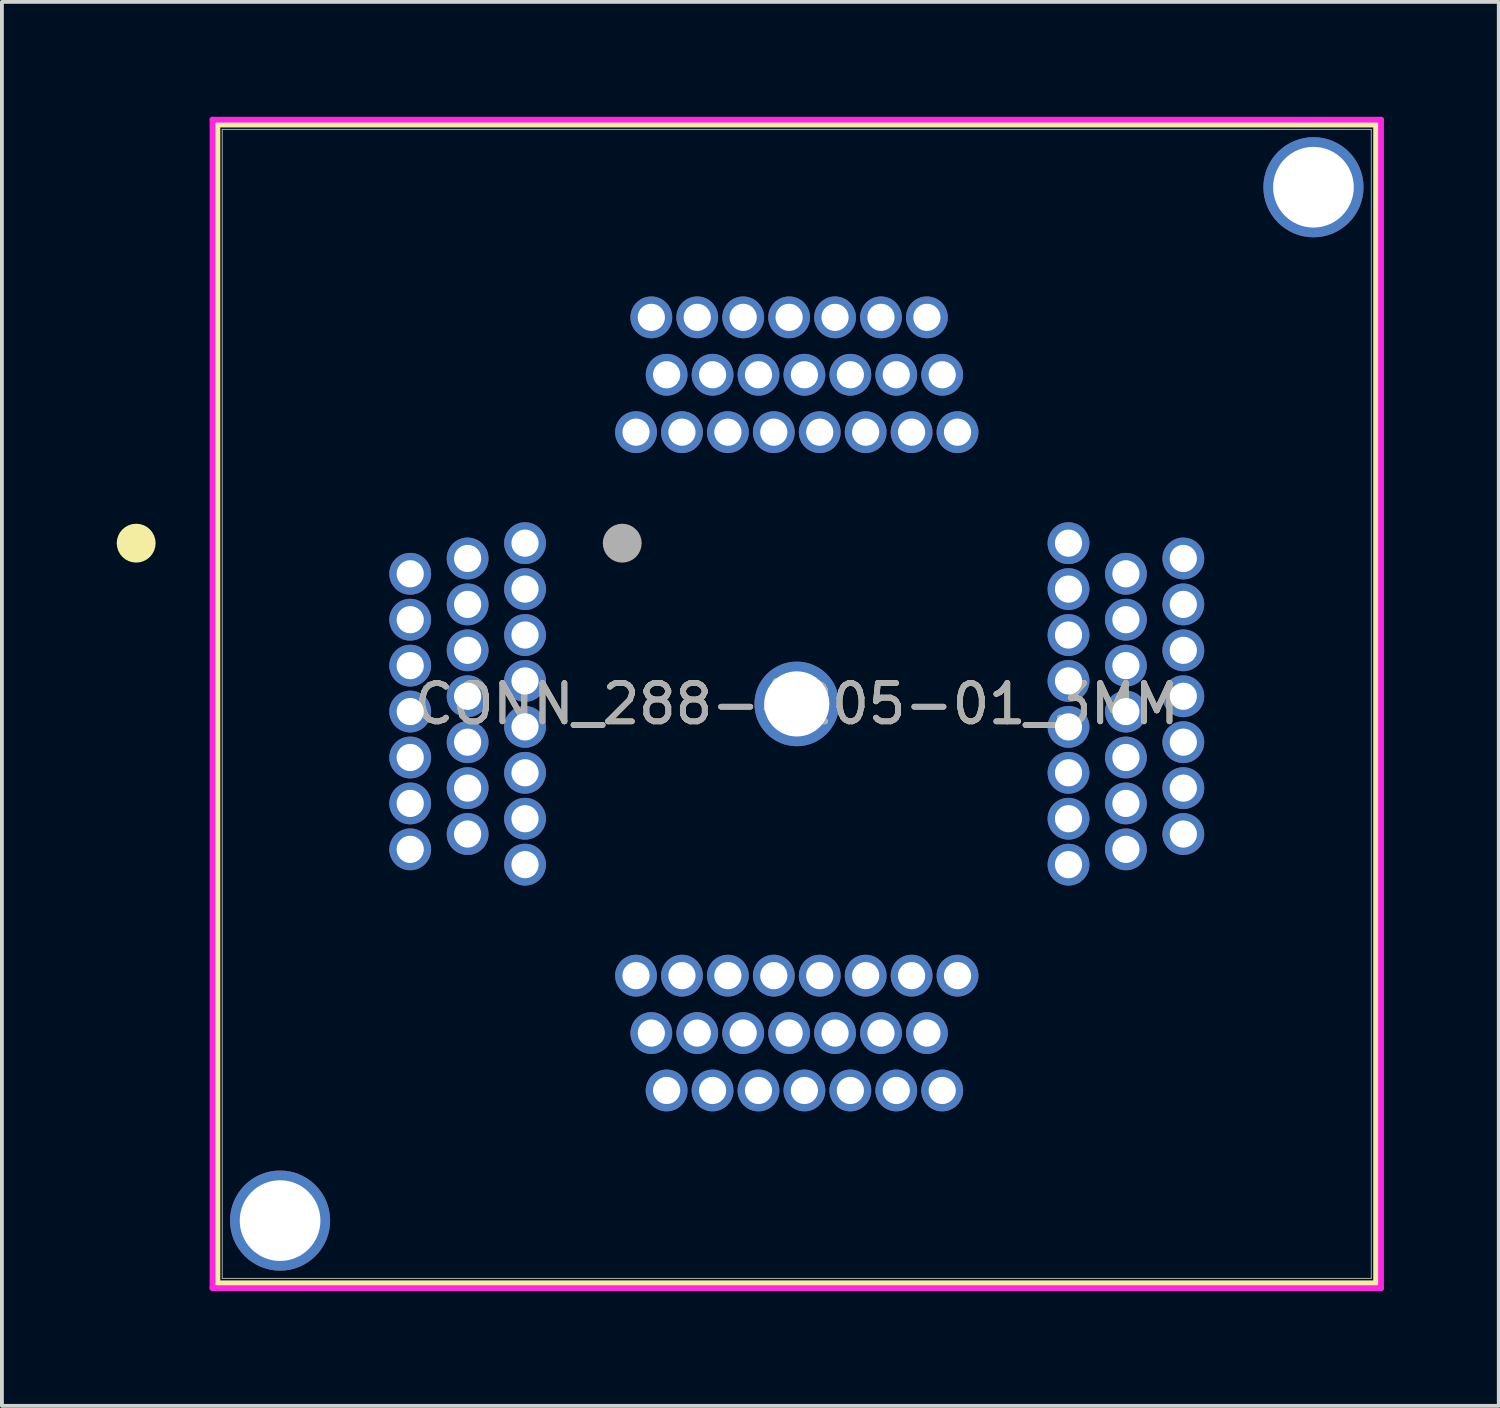
<source format=kicad_pcb>
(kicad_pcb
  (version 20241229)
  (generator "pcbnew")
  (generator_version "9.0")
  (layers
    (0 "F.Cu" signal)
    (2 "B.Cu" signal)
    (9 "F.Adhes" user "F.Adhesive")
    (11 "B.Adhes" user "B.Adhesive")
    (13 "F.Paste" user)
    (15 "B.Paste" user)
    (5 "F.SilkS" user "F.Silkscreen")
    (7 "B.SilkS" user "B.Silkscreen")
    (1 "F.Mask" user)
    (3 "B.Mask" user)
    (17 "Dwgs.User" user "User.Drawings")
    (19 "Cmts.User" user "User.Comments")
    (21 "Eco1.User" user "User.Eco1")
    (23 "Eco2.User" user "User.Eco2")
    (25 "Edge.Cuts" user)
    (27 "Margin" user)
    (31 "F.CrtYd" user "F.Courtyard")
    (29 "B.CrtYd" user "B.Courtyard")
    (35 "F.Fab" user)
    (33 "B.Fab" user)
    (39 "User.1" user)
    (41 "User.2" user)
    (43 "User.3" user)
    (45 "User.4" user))
  (footprint "CONN_288-4205-01_3MM"
    (layer "F.Cu")
    (at 10.668 11.142)
    (property "Reference" "CONN_288-4205-01_3MM" (at 7.1 4.2 0) (unlocked yes) (layer "F.SilkS") (effects (font (size 1 1) (thickness 0.15))))
    (attr through_hole)
    (fp_line (start -8.038 -10.938) (end -8.038 19.338) (stroke (width 0.152) (type solid)) (layer "F.SilkS"))
    (fp_line (start -8.038 19.338) (end 22.238 19.338) (stroke (width 0.152) (type solid)) (layer "F.SilkS"))
    (fp_line (start 22.238 -10.938) (end -8.038 -10.938) (stroke (width 0.152) (type solid)) (layer "F.SilkS"))
    (fp_line (start 22.238 19.338) (end 22.238 -10.938) (stroke (width 0.152) (type solid)) (layer "F.SilkS"))
    (fp_circle (center -10.16 0) (end -9.906 0) (stroke (width 0.508) (type solid)) (fill no) (layer "F.SilkS"))
    (fp_line (start -8.165 -11.065) (end -8.165 19.465) (stroke (width 0.152) (type solid)) (layer "F.CrtYd"))
    (fp_line (start -8.165 19.465) (end 22.365 19.465) (stroke (width 0.152) (type solid)) (layer "F.CrtYd"))
    (fp_line (start 22.365 -11.065) (end -8.165 -11.065) (stroke (width 0.152) (type solid)) (layer "F.CrtYd"))
    (fp_line (start 22.365 19.465) (end 22.365 -11.065) (stroke (width 0.152) (type solid)) (layer "F.CrtYd"))
    (fp_line (start -7.911 -10.811) (end -7.911 19.211) (stroke (width 0.025) (type solid)) (layer "F.Fab"))
    (fp_line (start -7.911 19.211) (end 22.111 19.211) (stroke (width 0.025) (type solid)) (layer "F.Fab"))
    (fp_line (start 22.111 -10.811) (end -7.911 -10.811) (stroke (width 0.025) (type solid)) (layer "F.Fab"))
    (fp_line (start 22.111 19.211) (end 22.111 -10.811) (stroke (width 0.025) (type solid)) (layer "F.Fab"))
    (fp_circle (center 2.54 0) (end 2.794 0) (stroke (width 0.508) (type solid)) (fill no) (layer "F.Fab"))
    (fp_text user "${REFERENCE}" (at 7.1 4.2 0) (unlocked yes) (layer "F.Fab") (effects (font (size 1 1) (thickness 0.15))))
    (pad "1" thru_hole circle (at 0 0 90) (size 1.092 1.092) (drill 0.711) (layers "*.Cu" "*.Mask"))
    (pad "2" thru_hole circle (at -1.5 0.4 90) (size 1.092 1.092) (drill 0.711) (layers "*.Cu" "*.Mask"))
    (pad "3" thru_hole circle (at -3 0.8 90) (size 1.092 1.092) (drill 0.711) (layers "*.Cu" "*.Mask"))
    (pad "4" thru_hole circle (at 0 1.2 90) (size 1.092 1.092) (drill 0.711) (layers "*.Cu" "*.Mask"))
    (pad "5" thru_hole circle (at -1.5 1.6 90) (size 1.092 1.092) (drill 0.711) (layers "*.Cu" "*.Mask"))
    (pad "6" thru_hole circle (at -3 2 90) (size 1.092 1.092) (drill 0.711) (layers "*.Cu" "*.Mask"))
    (pad "7" thru_hole circle (at 0 2.4 90) (size 1.092 1.092) (drill 0.711) (layers "*.Cu" "*.Mask"))
    (pad "8" thru_hole circle (at -1.5 2.8 90) (size 1.092 1.092) (drill 0.711) (layers "*.Cu" "*.Mask"))
    (pad "9" thru_hole circle (at -3 3.2 90) (size 1.092 1.092) (drill 0.711) (layers "*.Cu" "*.Mask"))
    (pad "10" thru_hole circle (at 0 3.6 90) (size 1.092 1.092) (drill 0.711) (layers "*.Cu" "*.Mask"))
    (pad "11" thru_hole circle (at -1.5 4 90) (size 1.092 1.092) (drill 0.711) (layers "*.Cu" "*.Mask"))
    (pad "12" thru_hole circle (at -3 4.4 90) (size 1.092 1.092) (drill 0.711) (layers "*.Cu" "*.Mask"))
    (pad "13" thru_hole circle (at 0 4.8 90) (size 1.092 1.092) (drill 0.711) (layers "*.Cu" "*.Mask"))
    (pad "14" thru_hole circle (at -1.5 5.2 90) (size 1.092 1.092) (drill 0.711) (layers "*.Cu" "*.Mask"))
    (pad "15" thru_hole circle (at -3 5.6 90) (size 1.092 1.092) (drill 0.711) (layers "*.Cu" "*.Mask"))
    (pad "16" thru_hole circle (at 0 6 90) (size 1.092 1.092) (drill 0.711) (layers "*.Cu" "*.Mask"))
    (pad "17" thru_hole circle (at -1.5 6.4 90) (size 1.092 1.092) (drill 0.711) (layers "*.Cu" "*.Mask"))
    (pad "18" thru_hole circle (at -3 6.8 90) (size 1.092 1.092) (drill 0.711) (layers "*.Cu" "*.Mask"))
    (pad "19" thru_hole circle (at 0 7.2 90) (size 1.092 1.092) (drill 0.711) (layers "*.Cu" "*.Mask"))
    (pad "20" thru_hole circle (at -1.5 7.6 90) (size 1.092 1.092) (drill 0.711) (layers "*.Cu" "*.Mask"))
    (pad "21" thru_hole circle (at -3 8 90) (size 1.092 1.092) (drill 0.711) (layers "*.Cu" "*.Mask"))
    (pad "22" thru_hole circle (at 0 8.4 90) (size 1.092 1.092) (drill 0.711) (layers "*.Cu" "*.Mask"))
    (pad "23" thru_hole circle (at 2.9 11.3) (size 1.092 1.092) (drill 0.711) (layers "*.Cu" "*.Mask"))
    (pad "24" thru_hole circle (at 3.3 12.8) (size 1.092 1.092) (drill 0.711) (layers "*.Cu" "*.Mask"))
    (pad "25" thru_hole circle (at 3.7 14.3) (size 1.092 1.092) (drill 0.711) (layers "*.Cu" "*.Mask"))
    (pad "26" thru_hole circle (at 4.1 11.3) (size 1.092 1.092) (drill 0.711) (layers "*.Cu" "*.Mask"))
    (pad "27" thru_hole circle (at 4.5 12.8) (size 1.092 1.092) (drill 0.711) (layers "*.Cu" "*.Mask"))
    (pad "28" thru_hole circle (at 4.9 14.3) (size 1.092 1.092) (drill 0.711) (layers "*.Cu" "*.Mask"))
    (pad "29" thru_hole circle (at 5.3 11.3) (size 1.092 1.092) (drill 0.711) (layers "*.Cu" "*.Mask"))
    (pad "30" thru_hole circle (at 5.7 12.8) (size 1.092 1.092) (drill 0.711) (layers "*.Cu" "*.Mask"))
    (pad "31" thru_hole circle (at 6.1 14.3) (size 1.092 1.092) (drill 0.711) (layers "*.Cu" "*.Mask"))
    (pad "32" thru_hole circle (at 6.5 11.3) (size 1.092 1.092) (drill 0.711) (layers "*.Cu" "*.Mask"))
    (pad "33" thru_hole circle (at 6.9 12.8) (size 1.092 1.092) (drill 0.711) (layers "*.Cu" "*.Mask"))
    (pad "34" thru_hole circle (at 7.3 14.3) (size 1.092 1.092) (drill 0.711) (layers "*.Cu" "*.Mask"))
    (pad "35" thru_hole circle (at 7.7 11.3) (size 1.092 1.092) (drill 0.711) (layers "*.Cu" "*.Mask"))
    (pad "36" thru_hole circle (at 8.1 12.8) (size 1.092 1.092) (drill 0.711) (layers "*.Cu" "*.Mask"))
    (pad "37" thru_hole circle (at 8.5 14.3) (size 1.092 1.092) (drill 0.711) (layers "*.Cu" "*.Mask"))
    (pad "38" thru_hole circle (at 8.9 11.3) (size 1.092 1.092) (drill 0.711) (layers "*.Cu" "*.Mask"))
    (pad "39" thru_hole circle (at 9.3 12.8) (size 1.092 1.092) (drill 0.711) (layers "*.Cu" "*.Mask"))
    (pad "40" thru_hole circle (at 9.7 14.3) (size 1.092 1.092) (drill 0.711) (layers "*.Cu" "*.Mask"))
    (pad "41" thru_hole circle (at 10.1 11.3) (size 1.092 1.092) (drill 0.711) (layers "*.Cu" "*.Mask"))
    (pad "42" thru_hole circle (at 10.5 12.8) (size 1.092 1.092) (drill 0.711) (layers "*.Cu" "*.Mask"))
    (pad "43" thru_hole circle (at 10.9 14.3) (size 1.092 1.092) (drill 0.711) (layers "*.Cu" "*.Mask"))
    (pad "44" thru_hole circle (at 11.3 11.3) (size 1.092 1.092) (drill 0.711) (layers "*.Cu" "*.Mask"))
    (pad "45" thru_hole circle (at 14.2 8.4 90) (size 1.092 1.092) (drill 0.711) (layers "*.Cu" "*.Mask"))
    (pad "46" thru_hole circle (at 15.7 8 90) (size 1.092 1.092) (drill 0.711) (layers "*.Cu" "*.Mask"))
    (pad "47" thru_hole circle (at 17.2 7.6 90) (size 1.092 1.092) (drill 0.711) (layers "*.Cu" "*.Mask"))
    (pad "48" thru_hole circle (at 14.2 7.2 90) (size 1.092 1.092) (drill 0.711) (layers "*.Cu" "*.Mask"))
    (pad "49" thru_hole circle (at 15.7 6.8 90) (size 1.092 1.092) (drill 0.711) (layers "*.Cu" "*.Mask"))
    (pad "50" thru_hole circle (at 17.2 6.4 90) (size 1.092 1.092) (drill 0.711) (layers "*.Cu" "*.Mask"))
    (pad "51" thru_hole circle (at 14.2 6 90) (size 1.092 1.092) (drill 0.711) (layers "*.Cu" "*.Mask"))
    (pad "52" thru_hole circle (at 15.7 5.6 90) (size 1.092 1.092) (drill 0.711) (layers "*.Cu" "*.Mask"))
    (pad "53" thru_hole circle (at 17.2 5.2 90) (size 1.092 1.092) (drill 0.711) (layers "*.Cu" "*.Mask"))
    (pad "54" thru_hole circle (at 14.2 4.8 90) (size 1.092 1.092) (drill 0.711) (layers "*.Cu" "*.Mask"))
    (pad "55" thru_hole circle (at 15.7 4.4 90) (size 1.092 1.092) (drill 0.711) (layers "*.Cu" "*.Mask"))
    (pad "56" thru_hole circle (at 17.2 4 90) (size 1.092 1.092) (drill 0.711) (layers "*.Cu" "*.Mask"))
    (pad "57" thru_hole circle (at 14.2 3.6 90) (size 1.092 1.092) (drill 0.711) (layers "*.Cu" "*.Mask"))
    (pad "58" thru_hole circle (at 15.7 3.2 90) (size 1.092 1.092) (drill 0.711) (layers "*.Cu" "*.Mask"))
    (pad "59" thru_hole circle (at 17.2 2.8 90) (size 1.092 1.092) (drill 0.711) (layers "*.Cu" "*.Mask"))
    (pad "60" thru_hole circle (at 14.2 2.4 90) (size 1.092 1.092) (drill 0.711) (layers "*.Cu" "*.Mask"))
    (pad "61" thru_hole circle (at 15.7 2 90) (size 1.092 1.092) (drill 0.711) (layers "*.Cu" "*.Mask"))
    (pad "62" thru_hole circle (at 17.2 1.6 90) (size 1.092 1.092) (drill 0.711) (layers "*.Cu" "*.Mask"))
    (pad "63" thru_hole circle (at 14.2 1.2 90) (size 1.092 1.092) (drill 0.711) (layers "*.Cu" "*.Mask"))
    (pad "64" thru_hole circle (at 15.7 0.8 90) (size 1.092 1.092) (drill 0.711) (layers "*.Cu" "*.Mask"))
    (pad "65" thru_hole circle (at 17.2 0.4 90) (size 1.092 1.092) (drill 0.711) (layers "*.Cu" "*.Mask"))
    (pad "66" thru_hole circle (at 14.2 -0.000001 90) (size 1.092 1.092) (drill 0.711) (layers "*.Cu" "*.Mask"))
    (pad "67" thru_hole circle (at 11.3 -2.9) (size 1.092 1.092) (drill 0.711) (layers "*.Cu" "*.Mask"))
    (pad "68" thru_hole circle (at 10.9 -4.4) (size 1.092 1.092) (drill 0.711) (layers "*.Cu" "*.Mask"))
    (pad "69" thru_hole circle (at 10.5 -5.9) (size 1.092 1.092) (drill 0.711) (layers "*.Cu" "*.Mask"))
    (pad "70" thru_hole circle (at 10.1 -2.9) (size 1.092 1.092) (drill 0.711) (layers "*.Cu" "*.Mask"))
    (pad "71" thru_hole circle (at 9.7 -4.4) (size 1.092 1.092) (drill 0.711) (layers "*.Cu" "*.Mask"))
    (pad "72" thru_hole circle (at 9.3 -5.9) (size 1.092 1.092) (drill 0.711) (layers "*.Cu" "*.Mask"))
    (pad "73" thru_hole circle (at 8.9 -2.9) (size 1.092 1.092) (drill 0.711) (layers "*.Cu" "*.Mask"))
    (pad "74" thru_hole circle (at 8.5 -4.4) (size 1.092 1.092) (drill 0.711) (layers "*.Cu" "*.Mask"))
    (pad "75" thru_hole circle (at 8.1 -5.9) (size 1.092 1.092) (drill 0.711) (layers "*.Cu" "*.Mask"))
    (pad "76" thru_hole circle (at 7.7 -2.9) (size 1.092 1.092) (drill 0.711) (layers "*.Cu" "*.Mask"))
    (pad "77" thru_hole circle (at 7.3 -4.4) (size 1.092 1.092) (drill 0.711) (layers "*.Cu" "*.Mask"))
    (pad "78" thru_hole circle (at 6.9 -5.9) (size 1.092 1.092) (drill 0.711) (layers "*.Cu" "*.Mask"))
    (pad "79" thru_hole circle (at 6.5 -2.9) (size 1.092 1.092) (drill 0.711) (layers "*.Cu" "*.Mask"))
    (pad "80" thru_hole circle (at 6.1 -4.4) (size 1.092 1.092) (drill 0.711) (layers "*.Cu" "*.Mask"))
    (pad "81" thru_hole circle (at 5.7 -5.9) (size 1.092 1.092) (drill 0.711) (layers "*.Cu" "*.Mask"))
    (pad "82" thru_hole circle (at 5.3 -2.9) (size 1.092 1.092) (drill 0.711) (layers "*.Cu" "*.Mask"))
    (pad "83" thru_hole circle (at 4.9 -4.4) (size 1.092 1.092) (drill 0.711) (layers "*.Cu" "*.Mask"))
    (pad "84" thru_hole circle (at 4.5 -5.9) (size 1.092 1.092) (drill 0.711) (layers "*.Cu" "*.Mask"))
    (pad "85" thru_hole circle (at 4.1 -2.9) (size 1.092 1.092) (drill 0.711) (layers "*.Cu" "*.Mask"))
    (pad "86" thru_hole circle (at 3.7 -4.4) (size 1.092 1.092) (drill 0.711) (layers "*.Cu" "*.Mask"))
    (pad "87" thru_hole circle (at 3.3 -5.9) (size 1.092 1.092) (drill 0.711) (layers "*.Cu" "*.Mask"))
    (pad "88" thru_hole circle (at 2.9 -2.9) (size 1.092 1.092) (drill 0.711) (layers "*.Cu" "*.Mask"))
    (pad "89" thru_hole circle (at -6.4 17.7) (size 2.616 2.616) (drill 2.108) (layers "*.Cu" "*.Mask"))
    (pad "90" thru_hole circle (at 20.6 -9.3) (size 2.616 2.616) (drill 2.108) (layers "*.Cu" "*.Mask"))
    (pad "91" thru_hole circle (at 7.1 4.2) (size 2.21 2.21) (drill 1.702) (layers "*.Cu" "*.Mask"))
    (zone (net_name "") (layer "F.Cu") (hatch full 0.508) (connect_pads) (min_thickness 0.254) (filled_areas_thickness no) (keepout (tracks not_allowed) (vias not_allowed) (pads allowed) (copperpour not_allowed) (footprints allowed)) (placement (enabled no)) (fill) (polygon (pts (xy 2.757 0.331) (xy 2.757 5.335) (xy 7.761 5.335) (xy 7.761 0.331))))
    (zone (net_name "") (layer "F.Cu") (hatch full 0.508) (connect_pads) (min_thickness 0.254) (filled_areas_thickness no) (keepout (tracks not_allowed) (vias not_allowed) (pads allowed) (copperpour not_allowed) (footprints allowed)) (placement (enabled no)) (fill) (polygon (pts (xy 2.757 25.35) (xy 2.757 30.354) (xy 7.761 30.354) (xy 7.761 25.35))))
    (zone (net_name "") (layer "F.Cu") (hatch full 0.508) (connect_pads) (min_thickness 0.254) (filled_areas_thickness no) (keepout (tracks not_allowed) (vias not_allowed) (pads allowed) (copperpour not_allowed) (footprints allowed)) (placement (enabled no)) (fill) (polygon (pts (xy 27.776 0.331) (xy 27.776 5.335) (xy 32.78 5.335) (xy 32.78 0.331))))
    (zone (net_name "") (layer "F.Cu") (hatch full 0.508) (connect_pads) (min_thickness 0.254) (filled_areas_thickness no) (keepout (tracks not_allowed) (vias not_allowed) (pads allowed) (copperpour not_allowed) (footprints allowed)) (placement (enabled no)) (fill) (polygon (pts (xy 27.776 25.35) (xy 27.776 30.354) (xy 32.78 30.354) (xy 32.78 25.35)))))
  (gr_rect
    (start -3 -3)
    (end 36.11 33.683)
    (stroke (width 0.1) (type default))
    (fill no)
    (layer "Edge.Cuts")))
</source>
